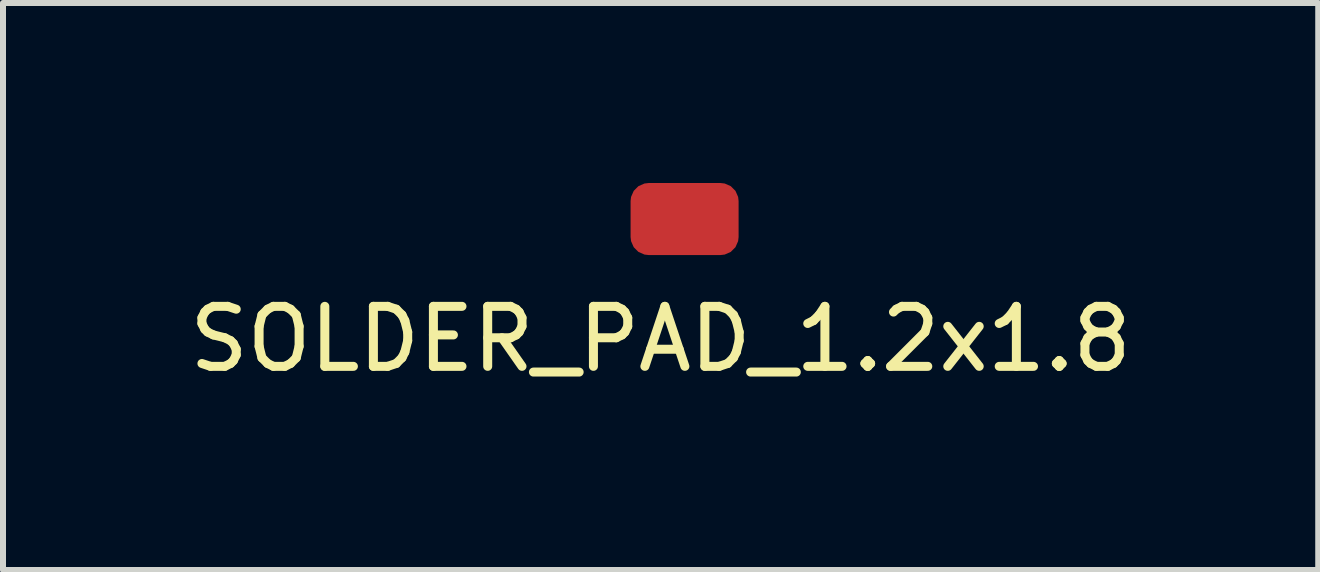
<source format=kicad_pcb>
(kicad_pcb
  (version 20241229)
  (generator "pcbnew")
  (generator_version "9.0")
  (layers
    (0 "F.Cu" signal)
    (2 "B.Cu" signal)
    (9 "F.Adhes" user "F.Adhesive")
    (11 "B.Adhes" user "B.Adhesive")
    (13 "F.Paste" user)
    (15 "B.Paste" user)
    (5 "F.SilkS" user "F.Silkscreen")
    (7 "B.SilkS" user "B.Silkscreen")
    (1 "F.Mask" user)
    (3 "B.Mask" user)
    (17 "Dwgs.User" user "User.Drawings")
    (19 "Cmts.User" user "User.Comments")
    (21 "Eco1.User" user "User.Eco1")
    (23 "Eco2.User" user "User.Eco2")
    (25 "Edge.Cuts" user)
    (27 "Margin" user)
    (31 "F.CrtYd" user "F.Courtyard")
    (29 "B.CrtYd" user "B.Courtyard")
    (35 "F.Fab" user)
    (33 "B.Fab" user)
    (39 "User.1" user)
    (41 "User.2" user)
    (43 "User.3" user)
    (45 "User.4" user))
  (footprint "SOLDER_PAD_1.2x1.8"
    (layer "F.Cu")
    (at 8.358 0.6)
    (property "Reference" "SOLDER_PAD_1.2x1.8" (at -0.4 2 0) (layer "F.SilkS") (effects (font (size 1 1) (thickness 0.15))))
    (attr through_hole)
    (pad "1" smd roundrect (at 0 0) (size 1.8 1.2) (layers "F.Cu" "F.Mask" "F.Paste") (roundrect_rratio 0.25)))
  (gr_rect
    (start -3 -3)
    (end 18.917 6.448)
    (stroke (width 0.1) (type default))
    (fill no)
    (layer "Edge.Cuts")))
</source>
